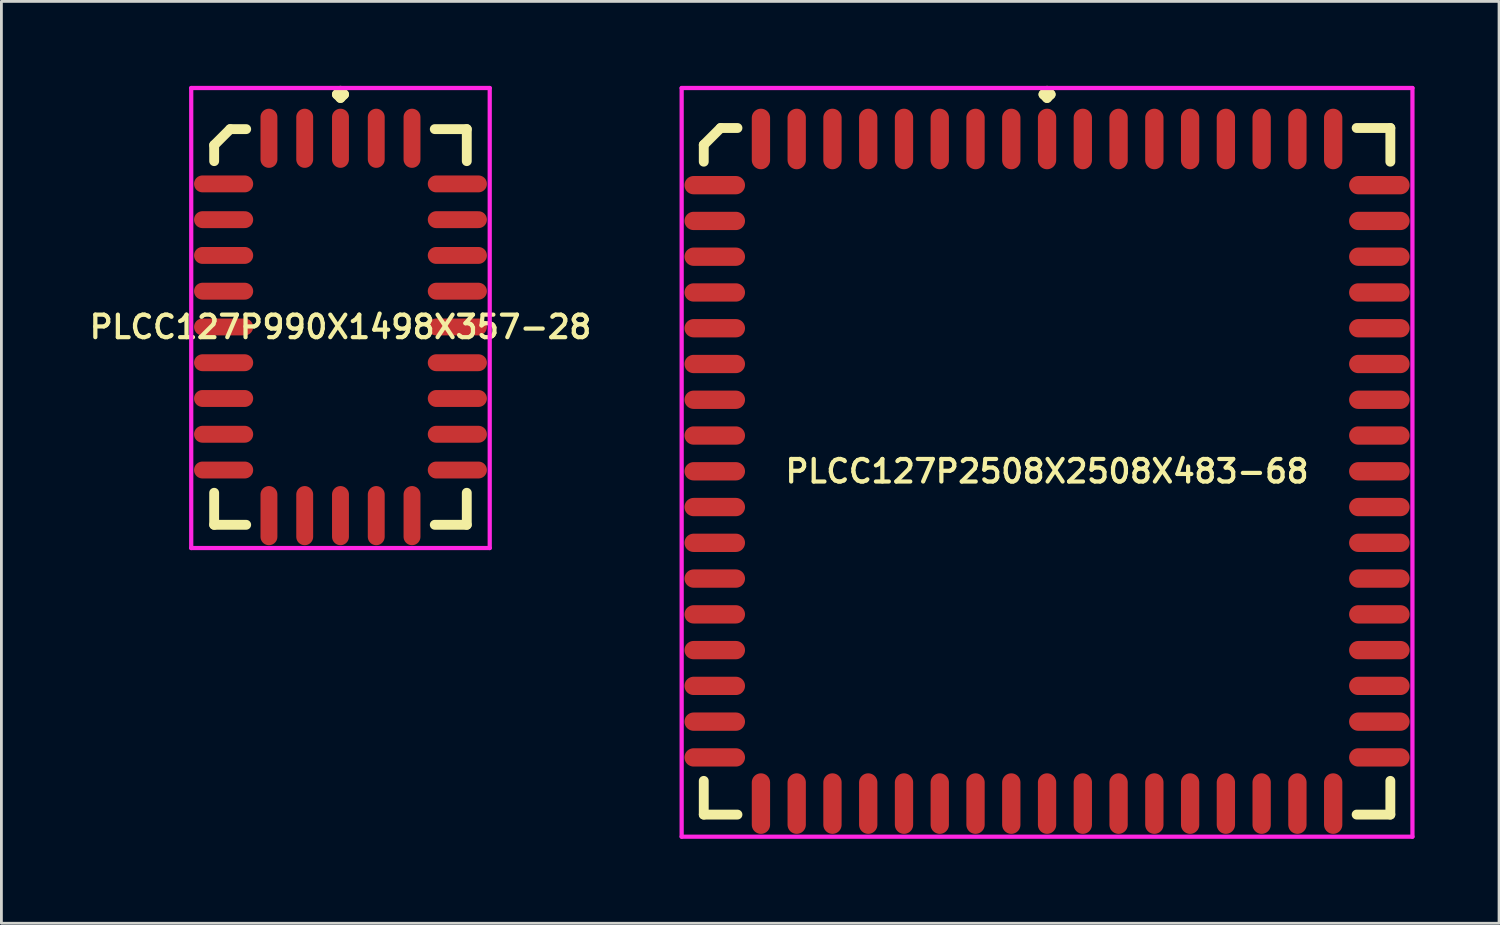
<source format=kicad_pcb>
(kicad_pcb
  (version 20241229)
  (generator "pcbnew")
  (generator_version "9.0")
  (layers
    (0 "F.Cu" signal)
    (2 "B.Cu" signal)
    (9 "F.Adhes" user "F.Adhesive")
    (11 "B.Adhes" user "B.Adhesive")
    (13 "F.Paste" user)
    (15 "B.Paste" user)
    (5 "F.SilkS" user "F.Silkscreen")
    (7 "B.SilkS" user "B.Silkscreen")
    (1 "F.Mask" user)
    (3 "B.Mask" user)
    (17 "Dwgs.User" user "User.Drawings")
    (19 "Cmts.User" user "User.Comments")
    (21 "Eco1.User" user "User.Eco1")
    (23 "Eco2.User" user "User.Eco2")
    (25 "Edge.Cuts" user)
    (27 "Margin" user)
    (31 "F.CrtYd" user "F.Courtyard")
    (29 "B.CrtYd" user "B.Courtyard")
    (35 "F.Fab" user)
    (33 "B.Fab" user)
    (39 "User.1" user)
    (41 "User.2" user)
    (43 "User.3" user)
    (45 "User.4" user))
  (footprint "PLCC127P990X1498X357-28"
    (layer "F.Cu")
    (at 9.04 8.56)
    (property "Reference" "PLCC127P990X1498X357-28" (at 0 0 0) (layer "F.SilkS") (effects (font (size 0.8 0.8) (thickness 0.15))))
    (attr smd)
    (fp_line (start -4.485 -6.457) (end -3.917 -7.025) (stroke (width 0.35) (type solid)) (layer "F.SilkS"))
    (fp_line (start -4.485 -5.888) (end -4.485 -6.457) (stroke (width 0.35) (type solid)) (layer "F.SilkS"))
    (fp_line (start -4.485 5.888) (end -4.485 7.025) (stroke (width 0.35) (type solid)) (layer "F.SilkS"))
    (fp_line (start -4.485 7.025) (end -3.348 7.025) (stroke (width 0.35) (type solid)) (layer "F.SilkS"))
    (fp_line (start -3.917 -7.025) (end -3.348 -7.025) (stroke (width 0.35) (type solid)) (layer "F.SilkS"))
    (fp_line (start -0.127 -8.258) (end 0 -8.385) (stroke (width 0.35) (type solid)) (layer "F.SilkS"))
    (fp_line (start 0 -8.385) (end 0.127 -8.258) (stroke (width 0.35) (type solid)) (layer "F.SilkS"))
    (fp_line (start 0 -8.131) (end -0.127 -8.258) (stroke (width 0.35) (type solid)) (layer "F.SilkS"))
    (fp_line (start 0.127 -8.258) (end 0 -8.131) (stroke (width 0.35) (type solid)) (layer "F.SilkS"))
    (fp_line (start 4.485 -7.025) (end 3.348 -7.025) (stroke (width 0.35) (type solid)) (layer "F.SilkS"))
    (fp_line (start 4.485 -5.888) (end 4.485 -7.025) (stroke (width 0.35) (type solid)) (layer "F.SilkS"))
    (fp_line (start 4.485 5.888) (end 4.485 7.025) (stroke (width 0.35) (type solid)) (layer "F.SilkS"))
    (fp_line (start 4.485 7.025) (end 3.348 7.025) (stroke (width 0.35) (type solid)) (layer "F.SilkS"))
    (fp_line (start -5.3 -8.485) (end 5.3 -8.485) (stroke (width 0.15) (type solid)) (layer "F.CrtYd"))
    (fp_line (start -5.3 7.85) (end -5.3 -8.485) (stroke (width 0.15) (type solid)) (layer "F.CrtYd"))
    (fp_line (start 5.3 -8.485) (end 5.3 7.85) (stroke (width 0.15) (type solid)) (layer "F.CrtYd"))
    (fp_line (start 5.3 7.85) (end -5.3 7.85) (stroke (width 0.15) (type solid)) (layer "F.CrtYd"))
    (pad "1" smd oval (at 0 -6.7) (size 0.6 2.1) (layers "F.Cu" "F.Mask" "F.Paste"))
    (pad "2" smd oval (at -1.27 -6.7) (size 0.6 2.1) (layers "F.Cu" "F.Mask" "F.Paste"))
    (pad "3" smd oval (at -2.54 -6.7) (size 0.6 2.1) (layers "F.Cu" "F.Mask" "F.Paste"))
    (pad "4" smd oval (at -4.15 -5.08) (size 2.1 0.6) (layers "F.Cu" "F.Mask" "F.Paste"))
    (pad "5" smd oval (at -4.15 -3.81) (size 2.1 0.6) (layers "F.Cu" "F.Mask" "F.Paste"))
    (pad "6" smd oval (at -4.15 -2.54) (size 2.1 0.6) (layers "F.Cu" "F.Mask" "F.Paste"))
    (pad "7" smd oval (at -4.15 -1.27) (size 2.1 0.6) (layers "F.Cu" "F.Mask" "F.Paste"))
    (pad "8" smd oval (at -4.15 0) (size 2.1 0.6) (layers "F.Cu" "F.Mask" "F.Paste"))
    (pad "9" smd oval (at -4.15 1.27) (size 2.1 0.6) (layers "F.Cu" "F.Mask" "F.Paste"))
    (pad "10" smd oval (at -4.15 2.54) (size 2.1 0.6) (layers "F.Cu" "F.Mask" "F.Paste"))
    (pad "11" smd oval (at -4.15 3.81) (size 2.1 0.6) (layers "F.Cu" "F.Mask" "F.Paste"))
    (pad "12" smd oval (at -4.15 5.08) (size 2.1 0.6) (layers "F.Cu" "F.Mask" "F.Paste"))
    (pad "13" smd oval (at -2.54 6.7) (size 0.6 2.1) (layers "F.Cu" "F.Mask" "F.Paste"))
    (pad "14" smd oval (at -1.27 6.7) (size 0.6 2.1) (layers "F.Cu" "F.Mask" "F.Paste"))
    (pad "15" smd oval (at 0 6.7) (size 0.6 2.1) (layers "F.Cu" "F.Mask" "F.Paste"))
    (pad "16" smd oval (at 1.27 6.7) (size 0.6 2.1) (layers "F.Cu" "F.Mask" "F.Paste"))
    (pad "17" smd oval (at 2.54 6.7) (size 0.6 2.1) (layers "F.Cu" "F.Mask" "F.Paste"))
    (pad "18" smd oval (at 4.15 5.08) (size 2.1 0.6) (layers "F.Cu" "F.Mask" "F.Paste"))
    (pad "19" smd oval (at 4.15 3.81) (size 2.1 0.6) (layers "F.Cu" "F.Mask" "F.Paste"))
    (pad "20" smd oval (at 4.15 2.54) (size 2.1 0.6) (layers "F.Cu" "F.Mask" "F.Paste"))
    (pad "21" smd oval (at 4.15 1.27) (size 2.1 0.6) (layers "F.Cu" "F.Mask" "F.Paste"))
    (pad "22" smd oval (at 4.15 0) (size 2.1 0.6) (layers "F.Cu" "F.Mask" "F.Paste"))
    (pad "23" smd oval (at 4.15 -1.27) (size 2.1 0.6) (layers "F.Cu" "F.Mask" "F.Paste"))
    (pad "24" smd oval (at 4.15 -2.54) (size 2.1 0.6) (layers "F.Cu" "F.Mask" "F.Paste"))
    (pad "25" smd oval (at 4.15 -3.81) (size 2.1 0.6) (layers "F.Cu" "F.Mask" "F.Paste"))
    (pad "26" smd oval (at 4.15 -5.08) (size 2.1 0.6) (layers "F.Cu" "F.Mask" "F.Paste"))
    (pad "27" smd oval (at 2.54 -6.7) (size 0.6 2.1) (layers "F.Cu" "F.Mask" "F.Paste"))
    (pad "28" smd oval (at 1.27 -6.7) (size 0.6 2.1) (layers "F.Cu" "F.Mask" "F.Paste")))
  (footprint "PLCC127P2508X2508X483-68"
    (layer "F.Cu")
    (at 34.13 13.685)
    (property "Reference" "PLCC127P2508X2508X483-68" (at 0 0 0) (layer "F.SilkS") (effects (font (size 0.8 0.8) (thickness 0.15))))
    (attr smd)
    (fp_line (start -12.19 -11.591) (end -11.591 -12.19) (stroke (width 0.35) (type solid)) (layer "F.SilkS"))
    (fp_line (start -12.19 -10.993) (end -12.19 -11.591) (stroke (width 0.35) (type solid)) (layer "F.SilkS"))
    (fp_line (start -12.19 10.993) (end -12.19 12.19) (stroke (width 0.35) (type solid)) (layer "F.SilkS"))
    (fp_line (start -12.19 12.19) (end -10.993 12.19) (stroke (width 0.35) (type solid)) (layer "F.SilkS"))
    (fp_line (start -11.591 -12.19) (end -10.993 -12.19) (stroke (width 0.35) (type solid)) (layer "F.SilkS"))
    (fp_line (start -0.127 -13.383) (end 0 -13.51) (stroke (width 0.35) (type solid)) (layer "F.SilkS"))
    (fp_line (start 0 -13.51) (end 0.127 -13.383) (stroke (width 0.35) (type solid)) (layer "F.SilkS"))
    (fp_line (start 0 -13.256) (end -0.127 -13.383) (stroke (width 0.35) (type solid)) (layer "F.SilkS"))
    (fp_line (start 0.127 -13.383) (end 0 -13.256) (stroke (width 0.35) (type solid)) (layer "F.SilkS"))
    (fp_line (start 12.19 -12.19) (end 10.993 -12.19) (stroke (width 0.35) (type solid)) (layer "F.SilkS"))
    (fp_line (start 12.19 -10.993) (end 12.19 -12.19) (stroke (width 0.35) (type solid)) (layer "F.SilkS"))
    (fp_line (start 12.19 10.993) (end 12.19 12.19) (stroke (width 0.35) (type solid)) (layer "F.SilkS"))
    (fp_line (start 12.19 12.19) (end 10.993 12.19) (stroke (width 0.35) (type solid)) (layer "F.SilkS"))
    (fp_line (start -12.975 -13.61) (end 12.975 -13.61) (stroke (width 0.15) (type solid)) (layer "F.CrtYd"))
    (fp_line (start -12.975 12.975) (end -12.975 -13.61) (stroke (width 0.15) (type solid)) (layer "F.CrtYd"))
    (fp_line (start 12.975 -13.61) (end 12.975 12.975) (stroke (width 0.15) (type solid)) (layer "F.CrtYd"))
    (fp_line (start 12.975 12.975) (end -12.975 12.975) (stroke (width 0.15) (type solid)) (layer "F.CrtYd"))
    (pad "1" smd oval (at 0 -11.8) (size 0.65 2.15) (layers "F.Cu" "F.Mask" "F.Paste"))
    (pad "2" smd oval (at -1.27 -11.8) (size 0.65 2.15) (layers "F.Cu" "F.Mask" "F.Paste"))
    (pad "3" smd oval (at -2.54 -11.8) (size 0.65 2.15) (layers "F.Cu" "F.Mask" "F.Paste"))
    (pad "4" smd oval (at -3.81 -11.8) (size 0.65 2.15) (layers "F.Cu" "F.Mask" "F.Paste"))
    (pad "5" smd oval (at -5.08 -11.8) (size 0.65 2.15) (layers "F.Cu" "F.Mask" "F.Paste"))
    (pad "6" smd oval (at -6.35 -11.8) (size 0.65 2.15) (layers "F.Cu" "F.Mask" "F.Paste"))
    (pad "7" smd oval (at -7.62 -11.8) (size 0.65 2.15) (layers "F.Cu" "F.Mask" "F.Paste"))
    (pad "8" smd oval (at -8.89 -11.8) (size 0.65 2.15) (layers "F.Cu" "F.Mask" "F.Paste"))
    (pad "9" smd oval (at -10.16 -11.8) (size 0.65 2.15) (layers "F.Cu" "F.Mask" "F.Paste"))
    (pad "10" smd oval (at -11.8 -10.16) (size 2.15 0.65) (layers "F.Cu" "F.Mask" "F.Paste"))
    (pad "11" smd oval (at -11.8 -8.89) (size 2.15 0.65) (layers "F.Cu" "F.Mask" "F.Paste"))
    (pad "12" smd oval (at -11.8 -7.62) (size 2.15 0.65) (layers "F.Cu" "F.Mask" "F.Paste"))
    (pad "13" smd oval (at -11.8 -6.35) (size 2.15 0.65) (layers "F.Cu" "F.Mask" "F.Paste"))
    (pad "14" smd oval (at -11.8 -5.08) (size 2.15 0.65) (layers "F.Cu" "F.Mask" "F.Paste"))
    (pad "15" smd oval (at -11.8 -3.81) (size 2.15 0.65) (layers "F.Cu" "F.Mask" "F.Paste"))
    (pad "16" smd oval (at -11.8 -2.54) (size 2.15 0.65) (layers "F.Cu" "F.Mask" "F.Paste"))
    (pad "17" smd oval (at -11.8 -1.27) (size 2.15 0.65) (layers "F.Cu" "F.Mask" "F.Paste"))
    (pad "18" smd oval (at -11.8 0) (size 2.15 0.65) (layers "F.Cu" "F.Mask" "F.Paste"))
    (pad "19" smd oval (at -11.8 1.27) (size 2.15 0.65) (layers "F.Cu" "F.Mask" "F.Paste"))
    (pad "20" smd oval (at -11.8 2.54) (size 2.15 0.65) (layers "F.Cu" "F.Mask" "F.Paste"))
    (pad "21" smd oval (at -11.8 3.81) (size 2.15 0.65) (layers "F.Cu" "F.Mask" "F.Paste"))
    (pad "22" smd oval (at -11.8 5.08) (size 2.15 0.65) (layers "F.Cu" "F.Mask" "F.Paste"))
    (pad "23" smd oval (at -11.8 6.35) (size 2.15 0.65) (layers "F.Cu" "F.Mask" "F.Paste"))
    (pad "24" smd oval (at -11.8 7.62) (size 2.15 0.65) (layers "F.Cu" "F.Mask" "F.Paste"))
    (pad "25" smd oval (at -11.8 8.89) (size 2.15 0.65) (layers "F.Cu" "F.Mask" "F.Paste"))
    (pad "26" smd oval (at -11.8 10.16) (size 2.15 0.65) (layers "F.Cu" "F.Mask" "F.Paste"))
    (pad "27" smd oval (at -10.16 11.8) (size 0.65 2.15) (layers "F.Cu" "F.Mask" "F.Paste"))
    (pad "28" smd oval (at -8.89 11.8) (size 0.65 2.15) (layers "F.Cu" "F.Mask" "F.Paste"))
    (pad "29" smd oval (at -7.62 11.8) (size 0.65 2.15) (layers "F.Cu" "F.Mask" "F.Paste"))
    (pad "30" smd oval (at -6.35 11.8) (size 0.65 2.15) (layers "F.Cu" "F.Mask" "F.Paste"))
    (pad "31" smd oval (at -5.08 11.8) (size 0.65 2.15) (layers "F.Cu" "F.Mask" "F.Paste"))
    (pad "32" smd oval (at -3.81 11.8) (size 0.65 2.15) (layers "F.Cu" "F.Mask" "F.Paste"))
    (pad "33" smd oval (at -2.54 11.8) (size 0.65 2.15) (layers "F.Cu" "F.Mask" "F.Paste"))
    (pad "34" smd oval (at -1.27 11.8) (size 0.65 2.15) (layers "F.Cu" "F.Mask" "F.Paste"))
    (pad "35" smd oval (at 0 11.8) (size 0.65 2.15) (layers "F.Cu" "F.Mask" "F.Paste"))
    (pad "36" smd oval (at 1.27 11.8) (size 0.65 2.15) (layers "F.Cu" "F.Mask" "F.Paste"))
    (pad "37" smd oval (at 2.54 11.8) (size 0.65 2.15) (layers "F.Cu" "F.Mask" "F.Paste"))
    (pad "38" smd oval (at 3.81 11.8) (size 0.65 2.15) (layers "F.Cu" "F.Mask" "F.Paste"))
    (pad "39" smd oval (at 5.08 11.8) (size 0.65 2.15) (layers "F.Cu" "F.Mask" "F.Paste"))
    (pad "40" smd oval (at 6.35 11.8) (size 0.65 2.15) (layers "F.Cu" "F.Mask" "F.Paste"))
    (pad "41" smd oval (at 7.62 11.8) (size 0.65 2.15) (layers "F.Cu" "F.Mask" "F.Paste"))
    (pad "42" smd oval (at 8.89 11.8) (size 0.65 2.15) (layers "F.Cu" "F.Mask" "F.Paste"))
    (pad "43" smd oval (at 10.16 11.8) (size 0.65 2.15) (layers "F.Cu" "F.Mask" "F.Paste"))
    (pad "44" smd oval (at 11.8 10.16) (size 2.15 0.65) (layers "F.Cu" "F.Mask" "F.Paste"))
    (pad "45" smd oval (at 11.8 8.89) (size 2.15 0.65) (layers "F.Cu" "F.Mask" "F.Paste"))
    (pad "46" smd oval (at 11.8 7.62) (size 2.15 0.65) (layers "F.Cu" "F.Mask" "F.Paste"))
    (pad "47" smd oval (at 11.8 6.35) (size 2.15 0.65) (layers "F.Cu" "F.Mask" "F.Paste"))
    (pad "48" smd oval (at 11.8 5.08) (size 2.15 0.65) (layers "F.Cu" "F.Mask" "F.Paste"))
    (pad "49" smd oval (at 11.8 3.81) (size 2.15 0.65) (layers "F.Cu" "F.Mask" "F.Paste"))
    (pad "50" smd oval (at 11.8 2.54) (size 2.15 0.65) (layers "F.Cu" "F.Mask" "F.Paste"))
    (pad "51" smd oval (at 11.8 1.27) (size 2.15 0.65) (layers "F.Cu" "F.Mask" "F.Paste"))
    (pad "52" smd oval (at 11.8 0) (size 2.15 0.65) (layers "F.Cu" "F.Mask" "F.Paste"))
    (pad "53" smd oval (at 11.8 -1.27) (size 2.15 0.65) (layers "F.Cu" "F.Mask" "F.Paste"))
    (pad "54" smd oval (at 11.8 -2.54) (size 2.15 0.65) (layers "F.Cu" "F.Mask" "F.Paste"))
    (pad "55" smd oval (at 11.8 -3.81) (size 2.15 0.65) (layers "F.Cu" "F.Mask" "F.Paste"))
    (pad "56" smd oval (at 11.8 -5.08) (size 2.15 0.65) (layers "F.Cu" "F.Mask" "F.Paste"))
    (pad "57" smd oval (at 11.8 -6.35) (size 2.15 0.65) (layers "F.Cu" "F.Mask" "F.Paste"))
    (pad "58" smd oval (at 11.8 -7.62) (size 2.15 0.65) (layers "F.Cu" "F.Mask" "F.Paste"))
    (pad "59" smd oval (at 11.8 -8.89) (size 2.15 0.65) (layers "F.Cu" "F.Mask" "F.Paste"))
    (pad "60" smd oval (at 11.8 -10.16) (size 2.15 0.65) (layers "F.Cu" "F.Mask" "F.Paste"))
    (pad "61" smd oval (at 10.16 -11.8) (size 0.65 2.15) (layers "F.Cu" "F.Mask" "F.Paste"))
    (pad "62" smd oval (at 8.89 -11.8) (size 0.65 2.15) (layers "F.Cu" "F.Mask" "F.Paste"))
    (pad "63" smd oval (at 7.62 -11.8) (size 0.65 2.15) (layers "F.Cu" "F.Mask" "F.Paste"))
    (pad "64" smd oval (at 6.35 -11.8) (size 0.65 2.15) (layers "F.Cu" "F.Mask" "F.Paste"))
    (pad "65" smd oval (at 5.08 -11.8) (size 0.65 2.15) (layers "F.Cu" "F.Mask" "F.Paste"))
    (pad "66" smd oval (at 3.81 -11.8) (size 0.65 2.15) (layers "F.Cu" "F.Mask" "F.Paste"))
    (pad "67" smd oval (at 2.54 -11.8) (size 0.65 2.15) (layers "F.Cu" "F.Mask" "F.Paste"))
    (pad "68" smd oval (at 1.27 -11.8) (size 0.65 2.15) (layers "F.Cu" "F.Mask" "F.Paste")))
  (gr_rect
    (start -3 -3)
    (end 50.18 29.735)
    (stroke (width 0.1) (type default))
    (fill no)
    (layer "Edge.Cuts")))
</source>
